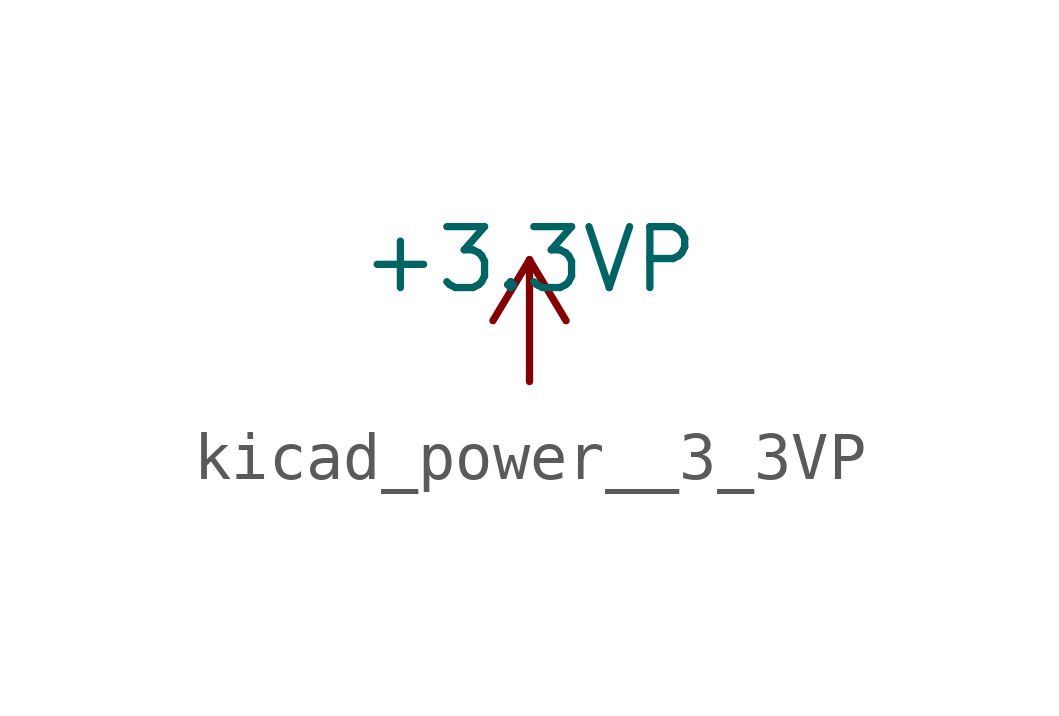
<source format=kicad_sym>
(kicad_symbol_lib
  (version 20220914)
  (generator kicad_symbol_editor)
  (symbol "kicad_power__3_3VP"
    (power)
    (pin_names
      (offset 0))
    (property "Reference" "#PWR"
      (at 3.81 -1.27 0)
      (effects (font (size 1.27 1.27)) hide))
    (property "Value" "+3.3VP"
      (at 0 2.54 0)
      (effects (font (size 1.27 1.27))))
    (symbol "kicad_power__3_3VP_0_0"
      (pin power_in line (at 0 0 90) (length 0) hide (name "+3.3VP" (effects (font (size 1.27 1.27)))) (number "1" (effects (font (size 1.27 1.27))))))
    (symbol "kicad_power__3_3VP_0_1"
      (polyline (pts (xy -0.762 1.27) (xy 0 2.54)) (stroke (width 0) (type default)) (fill (type none)))
      (polyline (pts (xy 0 0) (xy 0 2.54)) (stroke (width 0) (type default)) (fill (type none)))
      (polyline (pts (xy 0 2.54) (xy 0.762 1.27)) (stroke (width 0) (type default)) (fill (type none))))))
</source>
